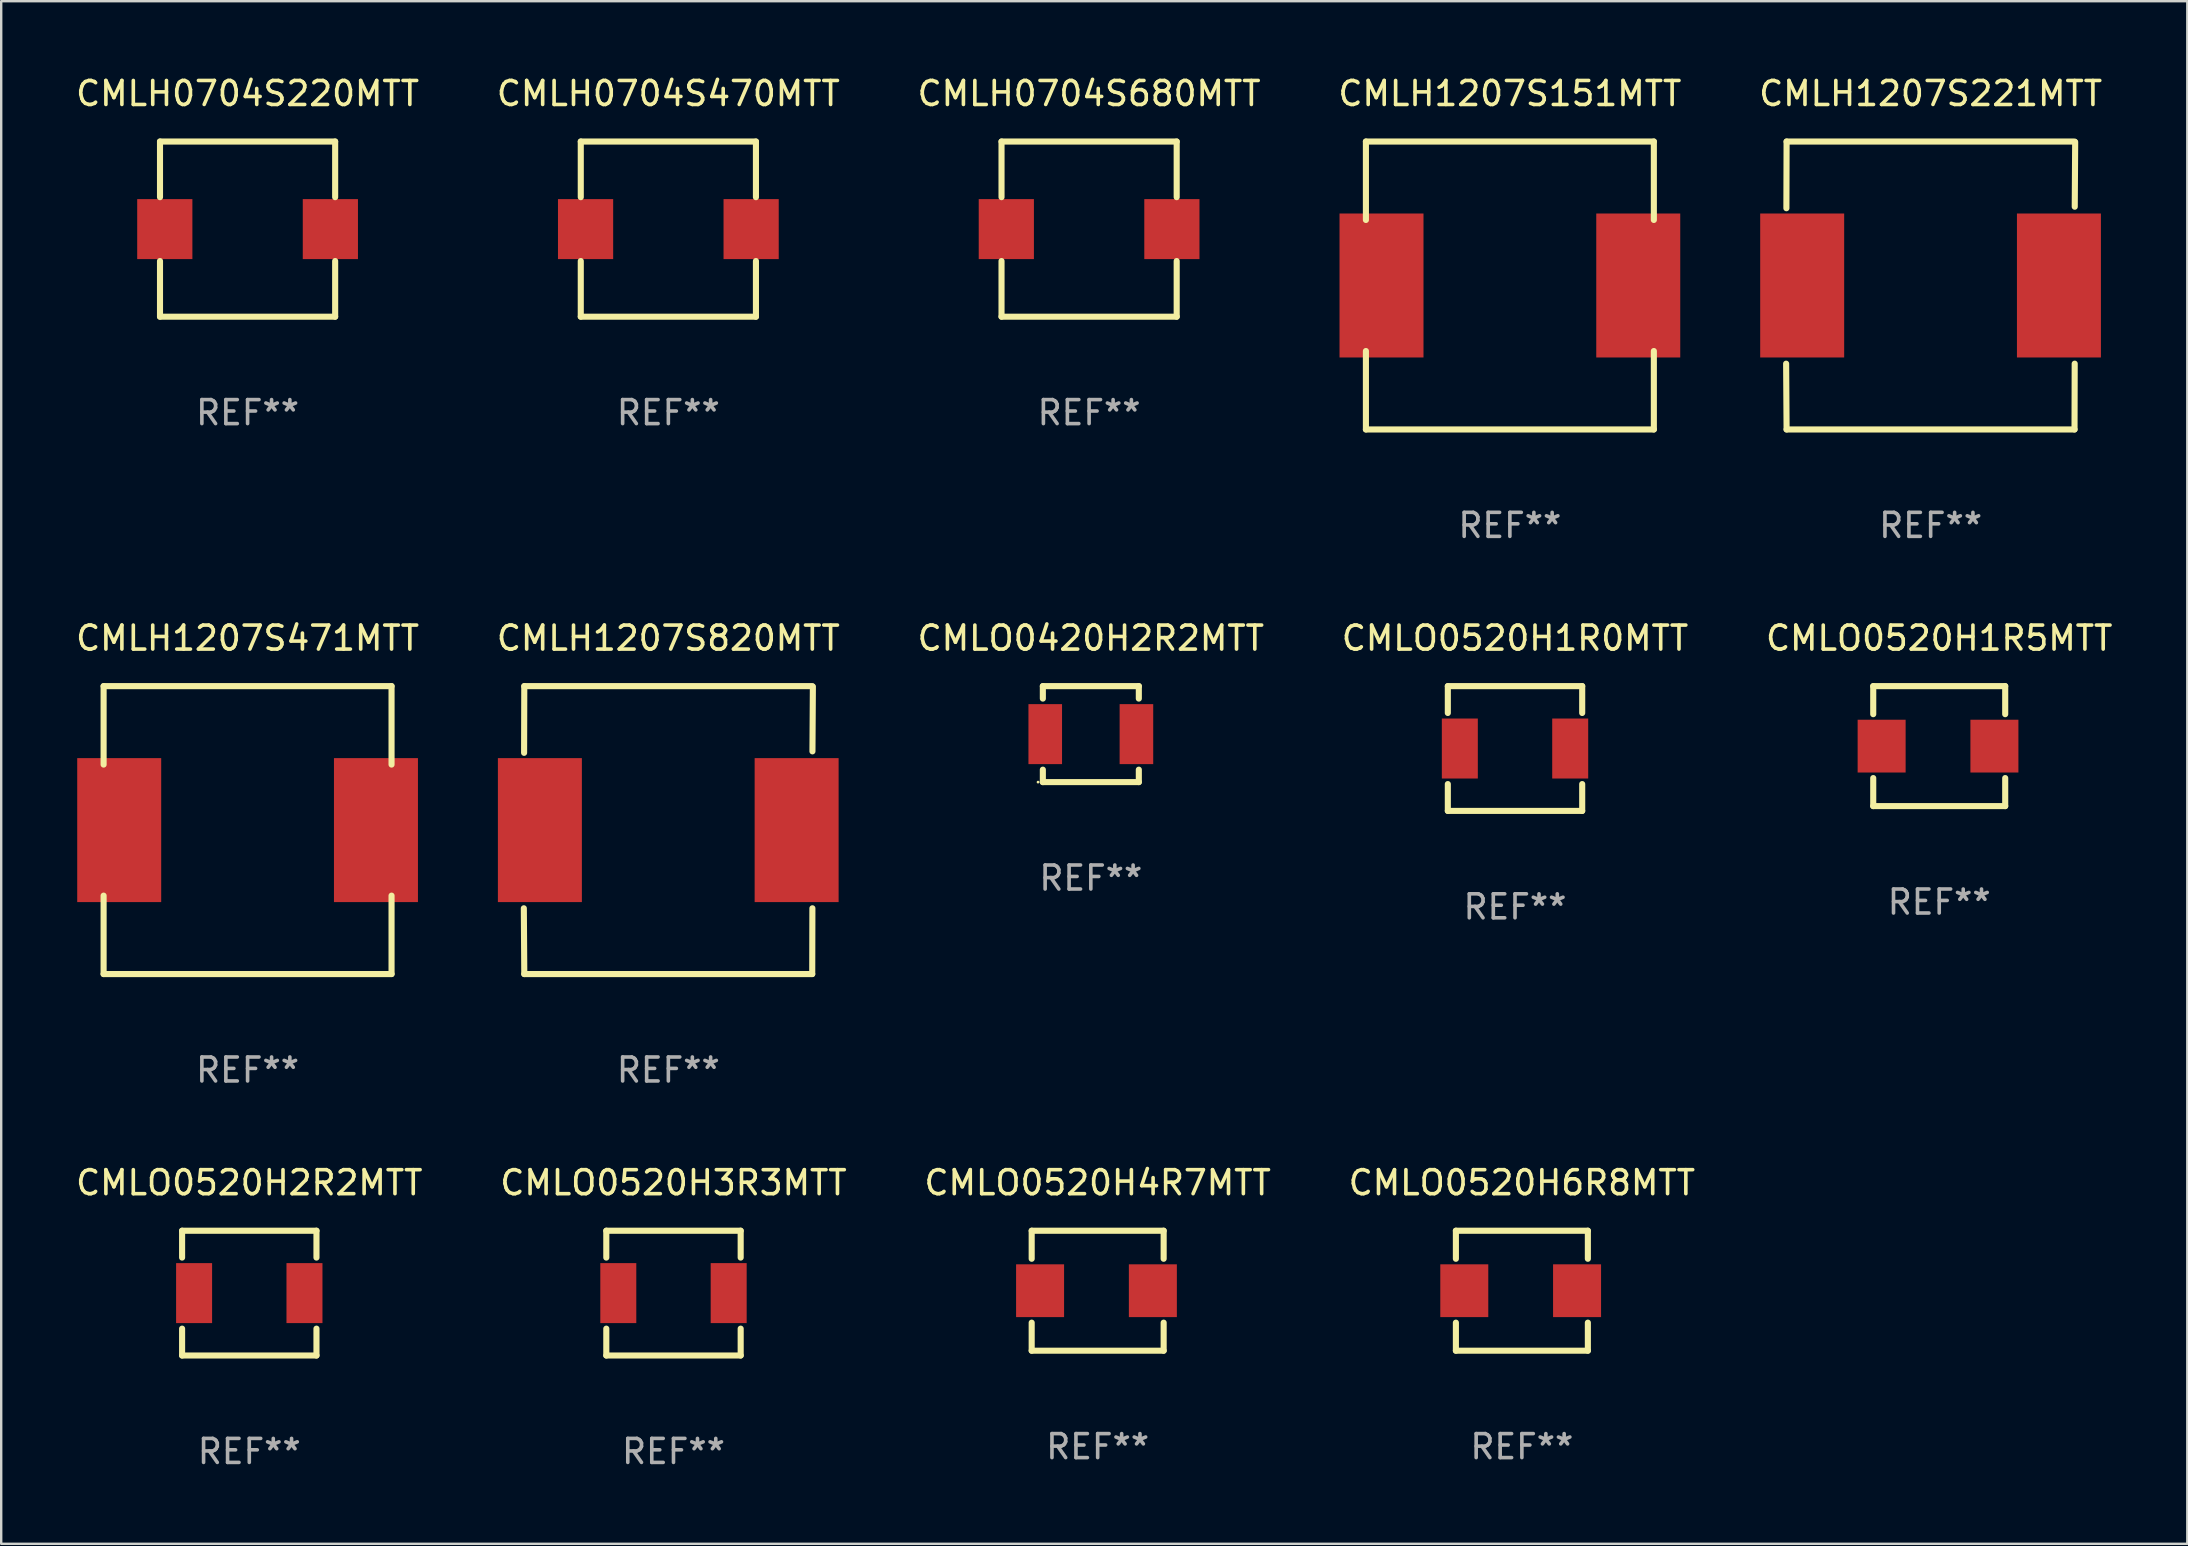
<source format=kicad_pcb>
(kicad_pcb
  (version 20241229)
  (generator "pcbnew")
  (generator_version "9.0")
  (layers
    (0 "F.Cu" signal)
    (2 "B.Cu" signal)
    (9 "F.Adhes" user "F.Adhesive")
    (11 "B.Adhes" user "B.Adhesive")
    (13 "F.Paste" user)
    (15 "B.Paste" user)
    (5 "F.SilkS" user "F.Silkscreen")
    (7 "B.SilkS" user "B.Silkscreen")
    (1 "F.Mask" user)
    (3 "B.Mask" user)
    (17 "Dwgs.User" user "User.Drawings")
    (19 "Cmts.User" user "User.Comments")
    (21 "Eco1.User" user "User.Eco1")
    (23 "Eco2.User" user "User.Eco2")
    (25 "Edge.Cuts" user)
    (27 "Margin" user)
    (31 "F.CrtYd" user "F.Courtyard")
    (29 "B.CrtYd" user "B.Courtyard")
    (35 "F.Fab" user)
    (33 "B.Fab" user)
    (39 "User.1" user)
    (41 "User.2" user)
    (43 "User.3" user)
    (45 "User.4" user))
  (footprint "CMLO0520H1R0MTT"
    (layer "F.Cu")
    (at 60.089 28.145)
    (property "Reference" "CMLO0520H1R0MTT" (at 0 -4.6 0) (layer "F.SilkS") (effects (font (size 1 1) (thickness 0.15))))
    (attr through_hole)
    (fp_line (start -2.8 -2.6) (end -2.8 -1.481) (stroke (width 0.254) (type solid)) (layer "F.SilkS"))
    (fp_line (start -2.8 -2.6) (end 2.8 -2.6) (stroke (width 0.254) (type solid)) (layer "F.SilkS"))
    (fp_line (start -2.8 1.481) (end -2.8 2.6) (stroke (width 0.254) (type solid)) (layer "F.SilkS"))
    (fp_line (start 2.8 -2.6) (end 2.8 -1.481) (stroke (width 0.254) (type solid)) (layer "F.SilkS"))
    (fp_line (start 2.8 1.481) (end 2.8 2.6) (stroke (width 0.254) (type solid)) (layer "F.SilkS"))
    (fp_line (start 2.8 2.6) (end -2.8 2.6) (stroke (width 0.254) (type solid)) (layer "F.SilkS"))
    (fp_circle (center -2.75 2.6) (end -2.72 2.6) (stroke (width 0.06) (type solid)) (fill no) (layer "F.SilkS"))
    (fp_text user "REF**" (at 0 6.6 0) (layer "F.Fab") (effects (font (size 1 1) (thickness 0.15))))
    (pad "1" smd rect (at -2.3 0 90) (size 2.5 1.5) (layers "F.Cu" "F.Mask" "F.Paste"))
    (pad "2" smd rect (at 2.3 0 90) (size 2.5 1.5) (layers "F.Cu" "F.Mask" "F.Paste")))
  (footprint "CMLH1207S820MTT"
    (layer "F.Cu")
    (at 24.804 31.545)
    (property "Reference" "CMLH1207S820MTT" (at 0 -8 0) (layer "F.SilkS") (effects (font (size 1 1) (thickness 0.15))))
    (attr through_hole)
    (fp_line (start -6.012 -3.22) (end -6.004 -6) (stroke (width 0.254) (type solid)) (layer "F.SilkS"))
    (fp_line (start -6.004 -6) (end 5.996 -6) (stroke (width 0.254) (type solid)) (layer "F.SilkS"))
    (fp_line (start -6.004 6) (end -6.023 3.258) (stroke (width 0.254) (type solid)) (layer "F.SilkS"))
    (fp_line (start -6.004 6) (end 5.996 6) (stroke (width 0.254) (type solid)) (layer "F.SilkS"))
    (fp_line (start 5.996 6) (end 6.003 3.258) (stroke (width 0.254) (type solid)) (layer "F.SilkS"))
    (fp_line (start 6.005 -3.282) (end 6.023 -5.98) (stroke (width 0.254) (type solid)) (layer "F.SilkS"))
    (fp_circle (center -6.004 6) (end -5.974 6) (stroke (width 0.06) (type solid)) (fill no) (layer "F.SilkS"))
    (fp_text user "REF**" (at 0 10 0) (layer "F.Fab") (effects (font (size 1 1) (thickness 0.15))))
    (pad "1" smd rect (at -5.354 0) (size 3.5 6) (layers "F.Cu" "F.Mask" "F.Paste"))
    (pad "2" smd rect (at 5.346 0) (size 3.5 6) (layers "F.Cu" "F.Mask" "F.Paste")))
  (footprint "CMLH0704S220MTT"
    (layer "F.Cu")
    (at 7.268 6.498)
    (property "Reference" "CMLH0704S220MTT" (at 0 -5.65 0) (layer "F.SilkS") (effects (font (size 1 1) (thickness 0.15))))
    (attr through_hole)
    (fp_line (start -3.65 -3.65) (end 3.65 -3.65) (stroke (width 0.254) (type solid)) (layer "F.SilkS"))
    (fp_line (start -3.65 -1.331) (end -3.65 -3.65) (stroke (width 0.254) (type solid)) (layer "F.SilkS"))
    (fp_line (start -3.65 3.65) (end -3.65 1.331) (stroke (width 0.254) (type solid)) (layer "F.SilkS"))
    (fp_line (start 3.65 -3.65) (end 3.65 -1.331) (stroke (width 0.254) (type solid)) (layer "F.SilkS"))
    (fp_line (start 3.65 1.331) (end 3.65 3.65) (stroke (width 0.254) (type solid)) (layer "F.SilkS"))
    (fp_line (start 3.65 3.65) (end -3.65 3.65) (stroke (width 0.254) (type solid)) (layer "F.SilkS"))
    (fp_circle (center -3.65 3.65) (end -3.62 3.65) (stroke (width 0.06) (type solid)) (fill no) (layer "F.SilkS"))
    (fp_text user "REF**" (at 0 7.65 0) (layer "F.Fab") (effects (font (size 1 1) (thickness 0.15))))
    (pad "1" smd rect (at -3.45 0) (size 2.3 2.5) (layers "F.Cu" "F.Mask" "F.Paste"))
    (pad "2" smd rect (at 3.45 0) (size 2.3 2.5) (layers "F.Cu" "F.Mask" "F.Paste")))
  (footprint "CMLO0520H3R3MTT"
    (layer "F.Cu")
    (at 25.018 50.841)
    (property "Reference" "CMLO0520H3R3MTT" (at 0 -4.6 0) (layer "F.SilkS") (effects (font (size 1 1) (thickness 0.15))))
    (attr through_hole)
    (fp_line (start -2.8 -2.6) (end -2.8 -1.481) (stroke (width 0.254) (type solid)) (layer "F.SilkS"))
    (fp_line (start -2.8 -2.6) (end 2.8 -2.6) (stroke (width 0.254) (type solid)) (layer "F.SilkS"))
    (fp_line (start -2.8 1.481) (end -2.8 2.6) (stroke (width 0.254) (type solid)) (layer "F.SilkS"))
    (fp_line (start 2.8 -2.6) (end 2.8 -1.481) (stroke (width 0.254) (type solid)) (layer "F.SilkS"))
    (fp_line (start 2.8 1.481) (end 2.8 2.6) (stroke (width 0.254) (type solid)) (layer "F.SilkS"))
    (fp_line (start 2.8 2.6) (end -2.8 2.6) (stroke (width 0.254) (type solid)) (layer "F.SilkS"))
    (fp_circle (center -2.75 2.6) (end -2.72 2.6) (stroke (width 0.06) (type solid)) (fill no) (layer "F.SilkS"))
    (fp_text user "REF**" (at 0 6.6 0) (layer "F.Fab") (effects (font (size 1 1) (thickness 0.15))))
    (pad "1" smd rect (at -2.3 0 90) (size 2.5 1.5) (layers "F.Cu" "F.Mask" "F.Paste"))
    (pad "2" smd rect (at 2.3 0 90) (size 2.5 1.5) (layers "F.Cu" "F.Mask" "F.Paste")))
  (footprint "CMLH0704S680MTT"
    (layer "F.Cu")
    (at 42.339 6.498)
    (property "Reference" "CMLH0704S680MTT" (at 0 -5.65 0) (layer "F.SilkS") (effects (font (size 1 1) (thickness 0.15))))
    (attr through_hole)
    (fp_line (start -3.65 -3.65) (end 3.65 -3.65) (stroke (width 0.254) (type solid)) (layer "F.SilkS"))
    (fp_line (start -3.65 -1.331) (end -3.65 -3.65) (stroke (width 0.254) (type solid)) (layer "F.SilkS"))
    (fp_line (start -3.65 3.65) (end -3.65 1.331) (stroke (width 0.254) (type solid)) (layer "F.SilkS"))
    (fp_line (start 3.65 -3.65) (end 3.65 -1.331) (stroke (width 0.254) (type solid)) (layer "F.SilkS"))
    (fp_line (start 3.65 1.331) (end 3.65 3.65) (stroke (width 0.254) (type solid)) (layer "F.SilkS"))
    (fp_line (start 3.65 3.65) (end -3.65 3.65) (stroke (width 0.254) (type solid)) (layer "F.SilkS"))
    (fp_circle (center -3.65 3.65) (end -3.62 3.65) (stroke (width 0.06) (type solid)) (fill no) (layer "F.SilkS"))
    (fp_text user "REF**" (at 0 7.65 0) (layer "F.Fab") (effects (font (size 1 1) (thickness 0.15))))
    (pad "1" smd rect (at -3.45 0) (size 2.3 2.5) (layers "F.Cu" "F.Mask" "F.Paste"))
    (pad "2" smd rect (at 3.45 0) (size 2.3 2.5) (layers "F.Cu" "F.Mask" "F.Paste")))
  (footprint "CMLH1207S471MTT"
    (layer "F.Cu")
    (at 7.268 31.545)
    (property "Reference" "CMLH1207S471MTT" (at 0 -8 0) (layer "F.SilkS") (effects (font (size 1 1) (thickness 0.15))))
    (attr through_hole)
    (fp_line (start -6 -6) (end 6 -6) (stroke (width 0.254) (type solid)) (layer "F.SilkS"))
    (fp_line (start -6 -2.731) (end -6 -6) (stroke (width 0.254) (type solid)) (layer "F.SilkS"))
    (fp_line (start -6 6) (end -6 2.731) (stroke (width 0.254) (type solid)) (layer "F.SilkS"))
    (fp_line (start -6 6) (end 6 6) (stroke (width 0.254) (type solid)) (layer "F.SilkS"))
    (fp_line (start 6 -2.731) (end 6 -6) (stroke (width 0.254) (type solid)) (layer "F.SilkS"))
    (fp_line (start 6 6) (end 6 2.731) (stroke (width 0.254) (type solid)) (layer "F.SilkS"))
    (fp_circle (center -6 6) (end -5.97 6) (stroke (width 0.06) (type solid)) (fill no) (layer "F.SilkS"))
    (fp_text user "REF**" (at 0 10 0) (layer "F.Fab") (effects (font (size 1 1) (thickness 0.15))))
    (pad "1" smd rect (at -5.35 0) (size 3.5 6) (layers "F.Cu" "F.Mask" "F.Paste"))
    (pad "2" smd rect (at 5.35 0) (size 3.5 6) (layers "F.Cu" "F.Mask" "F.Paste")))
  (footprint "CMLO0520H6R8MTT"
    (layer "F.Cu")
    (at 60.375 50.741)
    (property "Reference" "CMLO0520H6R8MTT" (at 0 -4.5 0) (layer "F.SilkS") (effects (font (size 1 1) (thickness 0.15))))
    (attr through_hole)
    (fp_line (start -2.75 -2.5) (end 2.75 -2.5) (stroke (width 0.254) (type solid)) (layer "F.SilkS"))
    (fp_line (start -2.75 -1.331) (end -2.75 -2.5) (stroke (width 0.254) (type solid)) (layer "F.SilkS"))
    (fp_line (start -2.75 2.5) (end -2.75 1.331) (stroke (width 0.254) (type solid)) (layer "F.SilkS"))
    (fp_line (start 2.75 -1.331) (end 2.75 -2.5) (stroke (width 0.254) (type solid)) (layer "F.SilkS"))
    (fp_line (start 2.75 2.5) (end -2.75 2.5) (stroke (width 0.254) (type solid)) (layer "F.SilkS"))
    (fp_line (start 2.75 2.5) (end 2.75 1.331) (stroke (width 0.254) (type solid)) (layer "F.SilkS"))
    (fp_circle (center -2.8 2.5) (end -2.77 2.5) (stroke (width 0.06) (type solid)) (fill no) (layer "F.SilkS"))
    (fp_text user "REF**" (at 0 6.5 0) (layer "F.Fab") (effects (font (size 1 1) (thickness 0.15))))
    (pad "1" smd rect (at -2.4 0 90) (size 2.2 2) (layers "F.Cu" "F.Mask" "F.Paste"))
    (pad "2" smd rect (at 2.3 0 90) (size 2.2 2) (layers "F.Cu" "F.Mask" "F.Paste")))
  (footprint "CMLH1207S151MTT"
    (layer "F.Cu")
    (at 59.875 8.848)
    (property "Reference" "CMLH1207S151MTT" (at 0 -8 0) (layer "F.SilkS") (effects (font (size 1 1) (thickness 0.15))))
    (attr through_hole)
    (fp_line (start -6 -6) (end 6 -6) (stroke (width 0.254) (type solid)) (layer "F.SilkS"))
    (fp_line (start -6 -2.731) (end -6 -6) (stroke (width 0.254) (type solid)) (layer "F.SilkS"))
    (fp_line (start -6 6) (end -6 2.731) (stroke (width 0.254) (type solid)) (layer "F.SilkS"))
    (fp_line (start -6 6) (end 6 6) (stroke (width 0.254) (type solid)) (layer "F.SilkS"))
    (fp_line (start 6 -2.731) (end 6 -6) (stroke (width 0.254) (type solid)) (layer "F.SilkS"))
    (fp_line (start 6 6) (end 6 2.731) (stroke (width 0.254) (type solid)) (layer "F.SilkS"))
    (fp_circle (center -6 6) (end -5.97 6) (stroke (width 0.06) (type solid)) (fill no) (layer "F.SilkS"))
    (fp_text user "REF**" (at 0 10 0) (layer "F.Fab") (effects (font (size 1 1) (thickness 0.15))))
    (pad "1" smd rect (at -5.35 0) (size 3.5 6) (layers "F.Cu" "F.Mask" "F.Paste"))
    (pad "2" smd rect (at 5.35 0) (size 3.5 6) (layers "F.Cu" "F.Mask" "F.Paste")))
  (footprint "CMLO0520H4R7MTT"
    (layer "F.Cu")
    (at 42.696 50.741)
    (property "Reference" "CMLO0520H4R7MTT" (at 0 -4.5 0) (layer "F.SilkS") (effects (font (size 1 1) (thickness 0.15))))
    (attr through_hole)
    (fp_line (start -2.75 -2.5) (end 2.75 -2.5) (stroke (width 0.254) (type solid)) (layer "F.SilkS"))
    (fp_line (start -2.75 -1.331) (end -2.75 -2.5) (stroke (width 0.254) (type solid)) (layer "F.SilkS"))
    (fp_line (start -2.75 2.5) (end -2.75 1.331) (stroke (width 0.254) (type solid)) (layer "F.SilkS"))
    (fp_line (start 2.75 -1.331) (end 2.75 -2.5) (stroke (width 0.254) (type solid)) (layer "F.SilkS"))
    (fp_line (start 2.75 2.5) (end -2.75 2.5) (stroke (width 0.254) (type solid)) (layer "F.SilkS"))
    (fp_line (start 2.75 2.5) (end 2.75 1.331) (stroke (width 0.254) (type solid)) (layer "F.SilkS"))
    (fp_circle (center -2.8 2.5) (end -2.77 2.5) (stroke (width 0.06) (type solid)) (fill no) (layer "F.SilkS"))
    (fp_text user "REF**" (at 0 6.5 0) (layer "F.Fab") (effects (font (size 1 1) (thickness 0.15))))
    (pad "1" smd rect (at -2.4 0 90) (size 2.2 2) (layers "F.Cu" "F.Mask" "F.Paste"))
    (pad "2" smd rect (at 2.3 0 90) (size 2.2 2) (layers "F.Cu" "F.Mask" "F.Paste")))
  (footprint "CMLO0520H1R5MTT"
    (layer "F.Cu")
    (at 77.768 28.045)
    (property "Reference" "CMLO0520H1R5MTT" (at 0 -4.5 0) (layer "F.SilkS") (effects (font (size 1 1) (thickness 0.15))))
    (attr through_hole)
    (fp_line (start -2.75 -2.5) (end 2.75 -2.5) (stroke (width 0.254) (type solid)) (layer "F.SilkS"))
    (fp_line (start -2.75 -1.331) (end -2.75 -2.5) (stroke (width 0.254) (type solid)) (layer "F.SilkS"))
    (fp_line (start -2.75 2.5) (end -2.75 1.331) (stroke (width 0.254) (type solid)) (layer "F.SilkS"))
    (fp_line (start 2.75 -1.331) (end 2.75 -2.5) (stroke (width 0.254) (type solid)) (layer "F.SilkS"))
    (fp_line (start 2.75 2.5) (end -2.75 2.5) (stroke (width 0.254) (type solid)) (layer "F.SilkS"))
    (fp_line (start 2.75 2.5) (end 2.75 1.331) (stroke (width 0.254) (type solid)) (layer "F.SilkS"))
    (fp_circle (center -2.8 2.5) (end -2.77 2.5) (stroke (width 0.06) (type solid)) (fill no) (layer "F.SilkS"))
    (fp_text user "REF**" (at 0 6.5 0) (layer "F.Fab") (effects (font (size 1 1) (thickness 0.15))))
    (pad "1" smd rect (at -2.4 0 90) (size 2.2 2) (layers "F.Cu" "F.Mask" "F.Paste"))
    (pad "2" smd rect (at 2.3 0 90) (size 2.2 2) (layers "F.Cu" "F.Mask" "F.Paste")))
  (footprint "CMLH1207S221MTT"
    (layer "F.Cu")
    (at 77.411 8.848)
    (property "Reference" "CMLH1207S221MTT" (at 0 -8 0) (layer "F.SilkS") (effects (font (size 1 1) (thickness 0.15))))
    (attr through_hole)
    (fp_line (start -6.012 -3.22) (end -6.004 -6) (stroke (width 0.254) (type solid)) (layer "F.SilkS"))
    (fp_line (start -6.004 -6) (end 5.996 -6) (stroke (width 0.254) (type solid)) (layer "F.SilkS"))
    (fp_line (start -6.004 6) (end -6.023 3.258) (stroke (width 0.254) (type solid)) (layer "F.SilkS"))
    (fp_line (start -6.004 6) (end 5.996 6) (stroke (width 0.254) (type solid)) (layer "F.SilkS"))
    (fp_line (start 5.996 6) (end 6.003 3.258) (stroke (width 0.254) (type solid)) (layer "F.SilkS"))
    (fp_line (start 6.005 -3.282) (end 6.023 -5.98) (stroke (width 0.254) (type solid)) (layer "F.SilkS"))
    (fp_circle (center -6.004 6) (end -5.974 6) (stroke (width 0.06) (type solid)) (fill no) (layer "F.SilkS"))
    (fp_text user "REF**" (at 0 10 0) (layer "F.Fab") (effects (font (size 1 1) (thickness 0.15))))
    (pad "1" smd rect (at -5.354 0) (size 3.5 6) (layers "F.Cu" "F.Mask" "F.Paste"))
    (pad "2" smd rect (at 5.346 0) (size 3.5 6) (layers "F.Cu" "F.Mask" "F.Paste")))
  (footprint "CMLO0420H2R2MTT"
    (layer "F.Cu")
    (at 42.411 27.545)
    (property "Reference" "CMLO0420H2R2MTT" (at 0 -4 0) (layer "F.SilkS") (effects (font (size 1 1) (thickness 0.15))))
    (attr through_hole)
    (fp_line (start -2 -2) (end 2 -2) (stroke (width 0.254) (type solid)) (layer "F.SilkS"))
    (fp_line (start -2 -1.481) (end -2 -2) (stroke (width 0.254) (type solid)) (layer "F.SilkS"))
    (fp_line (start -2 2) (end -2 1.481) (stroke (width 0.254) (type solid)) (layer "F.SilkS"))
    (fp_line (start 2 -2) (end 2 -1.481) (stroke (width 0.254) (type solid)) (layer "F.SilkS"))
    (fp_line (start 2 1.481) (end 2 2) (stroke (width 0.254) (type solid)) (layer "F.SilkS"))
    (fp_line (start 2 2) (end -2 2) (stroke (width 0.254) (type solid)) (layer "F.SilkS"))
    (fp_circle (center -2.2 2) (end -2.17 2) (stroke (width 0.06) (type solid)) (fill no) (layer "F.SilkS"))
    (fp_text user "REF**" (at 0 6 0) (layer "F.Fab") (effects (font (size 1 1) (thickness 0.15))))
    (pad "1" smd rect (at -1.9 0) (size 1.4 2.5) (layers "F.Cu" "F.Mask" "F.Paste"))
    (pad "2" smd rect (at 1.9 0) (size 1.4 2.5) (layers "F.Cu" "F.Mask" "F.Paste")))
  (footprint "CMLH0704S470MTT"
    (layer "F.Cu")
    (at 24.804 6.498)
    (property "Reference" "CMLH0704S470MTT" (at 0 -5.65 0) (layer "F.SilkS") (effects (font (size 1 1) (thickness 0.15))))
    (attr through_hole)
    (fp_line (start -3.65 -3.65) (end 3.65 -3.65) (stroke (width 0.254) (type solid)) (layer "F.SilkS"))
    (fp_line (start -3.65 -1.331) (end -3.65 -3.65) (stroke (width 0.254) (type solid)) (layer "F.SilkS"))
    (fp_line (start -3.65 3.65) (end -3.65 1.331) (stroke (width 0.254) (type solid)) (layer "F.SilkS"))
    (fp_line (start 3.65 -3.65) (end 3.65 -1.331) (stroke (width 0.254) (type solid)) (layer "F.SilkS"))
    (fp_line (start 3.65 1.331) (end 3.65 3.65) (stroke (width 0.254) (type solid)) (layer "F.SilkS"))
    (fp_line (start 3.65 3.65) (end -3.65 3.65) (stroke (width 0.254) (type solid)) (layer "F.SilkS"))
    (fp_circle (center -3.65 3.65) (end -3.62 3.65) (stroke (width 0.06) (type solid)) (fill no) (layer "F.SilkS"))
    (fp_text user "REF**" (at 0 7.65 0) (layer "F.Fab") (effects (font (size 1 1) (thickness 0.15))))
    (pad "1" smd rect (at -3.45 0) (size 2.3 2.5) (layers "F.Cu" "F.Mask" "F.Paste"))
    (pad "2" smd rect (at 3.45 0) (size 2.3 2.5) (layers "F.Cu" "F.Mask" "F.Paste")))
  (footprint "CMLO0520H2R2MTT"
    (layer "F.Cu")
    (at 7.339 50.841)
    (property "Reference" "CMLO0520H2R2MTT" (at 0 -4.6 0) (layer "F.SilkS") (effects (font (size 1 1) (thickness 0.15))))
    (attr through_hole)
    (fp_line (start -2.8 -2.6) (end -2.8 -1.481) (stroke (width 0.254) (type solid)) (layer "F.SilkS"))
    (fp_line (start -2.8 -2.6) (end 2.8 -2.6) (stroke (width 0.254) (type solid)) (layer "F.SilkS"))
    (fp_line (start -2.8 1.481) (end -2.8 2.6) (stroke (width 0.254) (type solid)) (layer "F.SilkS"))
    (fp_line (start 2.8 -2.6) (end 2.8 -1.481) (stroke (width 0.254) (type solid)) (layer "F.SilkS"))
    (fp_line (start 2.8 1.481) (end 2.8 2.6) (stroke (width 0.254) (type solid)) (layer "F.SilkS"))
    (fp_line (start 2.8 2.6) (end -2.8 2.6) (stroke (width 0.254) (type solid)) (layer "F.SilkS"))
    (fp_circle (center -2.75 2.6) (end -2.72 2.6) (stroke (width 0.06) (type solid)) (fill no) (layer "F.SilkS"))
    (fp_text user "REF**" (at 0 6.6 0) (layer "F.Fab") (effects (font (size 1 1) (thickness 0.15))))
    (pad "1" smd rect (at -2.3 0 90) (size 2.5 1.5) (layers "F.Cu" "F.Mask" "F.Paste"))
    (pad "2" smd rect (at 2.3 0 90) (size 2.5 1.5) (layers "F.Cu" "F.Mask" "F.Paste")))
  (gr_rect
    (start -3 -3)
    (end 88.107 61.289)
    (stroke (width 0.1) (type default))
    (fill no)
    (layer "Edge.Cuts")))
</source>
